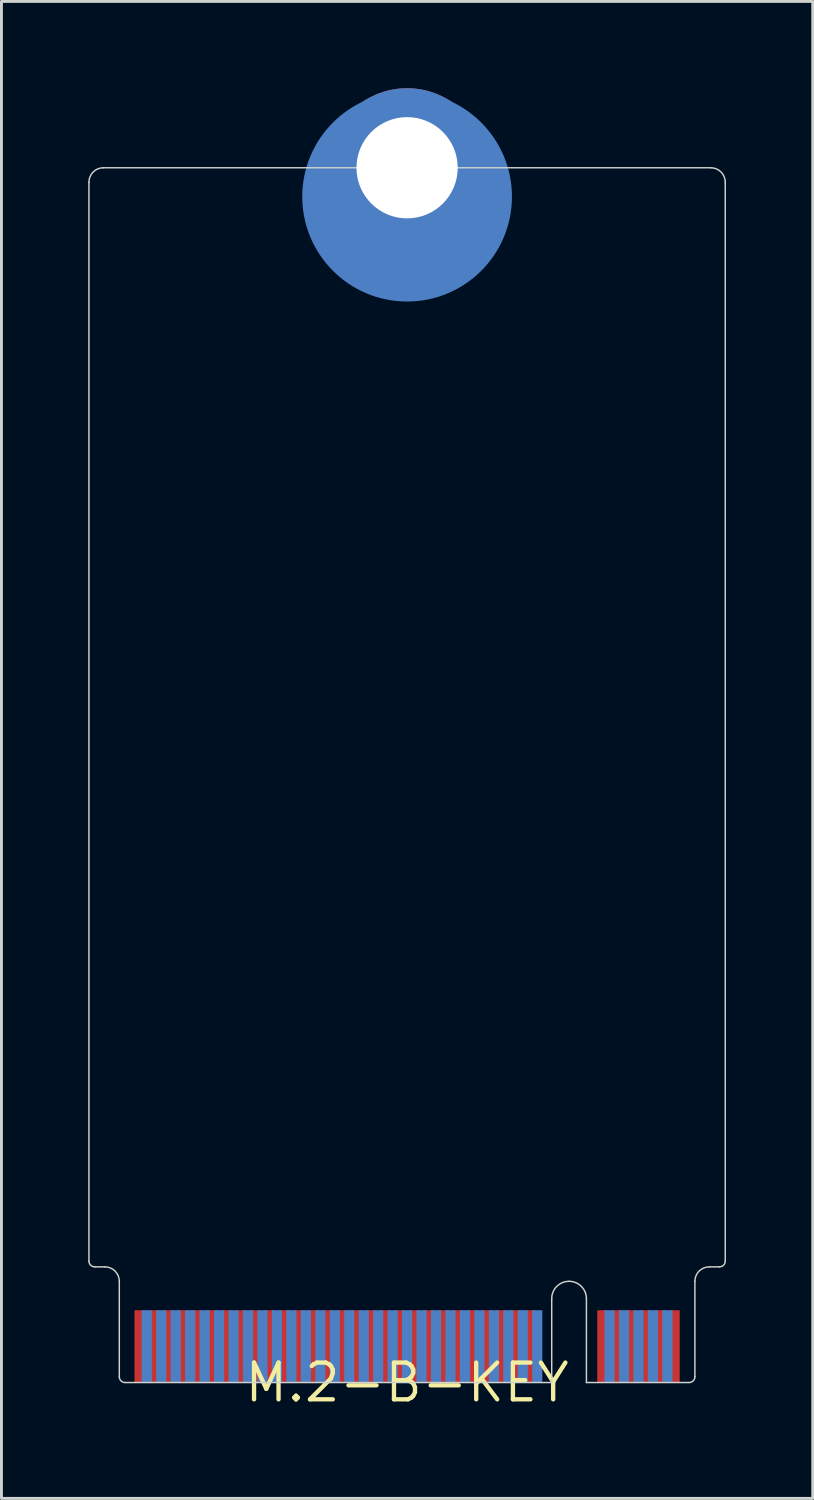
<source format=kicad_pcb>
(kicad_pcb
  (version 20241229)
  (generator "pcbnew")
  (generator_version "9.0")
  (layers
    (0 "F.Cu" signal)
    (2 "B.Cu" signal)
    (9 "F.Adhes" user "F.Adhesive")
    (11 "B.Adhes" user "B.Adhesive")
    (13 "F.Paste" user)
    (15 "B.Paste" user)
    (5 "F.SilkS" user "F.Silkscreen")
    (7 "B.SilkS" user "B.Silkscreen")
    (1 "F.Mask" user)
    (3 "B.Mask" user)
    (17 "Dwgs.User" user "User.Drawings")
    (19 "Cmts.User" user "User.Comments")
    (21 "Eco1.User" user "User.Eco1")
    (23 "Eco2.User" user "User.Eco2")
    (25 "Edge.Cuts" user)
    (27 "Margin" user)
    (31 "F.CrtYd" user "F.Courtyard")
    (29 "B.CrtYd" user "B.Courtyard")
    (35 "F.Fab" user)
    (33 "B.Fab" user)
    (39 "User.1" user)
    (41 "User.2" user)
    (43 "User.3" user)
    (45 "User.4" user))
  (footprint "M.2-B-KEY"
    (layer "F.Cu")
    (at 11.025 44.75)
    (property "Reference" "M.2-B-KEY" (at 0 0 0) (layer "F.SilkS") (effects (font (size 1.27 1.27) (thickness 0.15))))
    (attr through_hole)
    (fp_circle (center 0 -41) (end 3 -41) (stroke (width 1.25) (type solid)) (fill no) (layer "B.Cu"))
    (fp_poly (pts (xy -2.5 -38.5) (xy 2.5 -38.5) (xy 2.5 -43.5) (xy -2.5 -43.5)) (stroke (width 0) (type solid)) (fill yes) (layer "B.Cu"))
    (fp_line (start -11 -41.5) (end -11 -4.2) (stroke (width 0.05) (type solid)) (layer "Edge.Cuts"))
    (fp_line (start -10.8 -4) (end -10.45 -4) (stroke (width 0.05) (type solid)) (layer "Edge.Cuts"))
    (fp_line (start -9.95 -3.5) (end -9.95 -0.2) (stroke (width 0.05) (type solid)) (layer "Edge.Cuts"))
    (fp_line (start -9.75 0) (end 5 0) (stroke (width 0.05) (type solid)) (layer "Edge.Cuts"))
    (fp_line (start 5 -2.9) (end 5 0) (stroke (width 0.05) (type solid)) (layer "Edge.Cuts"))
    (fp_line (start 6.2 -2.9) (end 6.2 0) (stroke (width 0.05) (type solid)) (layer "Edge.Cuts"))
    (fp_line (start 6.2 0) (end 9.75 0) (stroke (width 0.05) (type solid)) (layer "Edge.Cuts"))
    (fp_line (start 9.95 -0.2) (end 9.95 -3.5) (stroke (width 0.05) (type solid)) (layer "Edge.Cuts"))
    (fp_line (start 10.45 -4) (end 10.8 -4) (stroke (width 0.05) (type solid)) (layer "Edge.Cuts"))
    (fp_line (start 10.5 -42) (end -10.5 -42) (stroke (width 0.05) (type solid)) (layer "Edge.Cuts"))
    (fp_line (start 11 -4.2) (end 11 -41.5) (stroke (width 0.05) (type solid)) (layer "Edge.Cuts"))
    (fp_arc (start -11 -41.5) (mid -10.853553 -41.853553) (end -10.5 -42) (stroke (width 0.05) (type solid)) (layer "Edge.Cuts"))
    (fp_arc (start -10.8 -4) (mid -10.941421 -4.058579) (end -11 -4.2) (stroke (width 0.05) (type solid)) (layer "Edge.Cuts"))
    (fp_arc (start -10.45 -4) (mid -10.096447 -3.853553) (end -9.95 -3.5) (stroke (width 0.05) (type solid)) (layer "Edge.Cuts"))
    (fp_arc (start -9.75 0) (mid -9.891421 -0.058579) (end -9.95 -0.2) (stroke (width 0.05) (type solid)) (layer "Edge.Cuts"))
    (fp_arc (start 5 -2.9) (mid 5.175736 -3.324264) (end 5.6 -3.5) (stroke (width 0.05) (type solid)) (layer "Edge.Cuts"))
    (fp_arc (start 5.6 -3.5) (mid 6.024264 -3.324264) (end 6.2 -2.9) (stroke (width 0.05) (type solid)) (layer "Edge.Cuts"))
    (fp_arc (start 9.95 -3.5) (mid 10.096447 -3.853553) (end 10.45 -4) (stroke (width 0.05) (type solid)) (layer "Edge.Cuts"))
    (fp_arc (start 9.95 -0.2) (mid 9.891421 -0.058579) (end 9.75 0) (stroke (width 0.05) (type solid)) (layer "Edge.Cuts"))
    (fp_arc (start 10.5 -42) (mid 10.853553 -41.853553) (end 11 -41.5) (stroke (width 0.05) (type solid)) (layer "Edge.Cuts"))
    (fp_arc (start 11 -4.2) (mid 10.941421 -4.058579) (end 10.8 -4) (stroke (width 0.05) (type solid)) (layer "Edge.Cuts"))
    (pad "MOUNTING-HOLE" thru_hole circle (at 0 -42) (size 5.5 5.5) (drill 3.5) (layers "*.Cu" "*.Mask"))
    (pad "P$1" smd rect (at 9.25 -1.25) (size 0.35 2.5) (layers "F.Cu" "F.Mask" "F.Paste"))
    (pad "P$2" smd rect (at 9 -1.25) (size 0.35 2.5) (layers "B.Cu" "B.Mask" "B.Paste"))
    (pad "P$3" smd rect (at 8.75 -1.25) (size 0.35 2.5) (layers "F.Cu" "F.Mask" "F.Paste"))
    (pad "P$4" smd rect (at 8.5 -1.25) (size 0.35 2.5) (layers "B.Cu" "B.Mask" "B.Paste"))
    (pad "P$5" smd rect (at 8.25 -1.25) (size 0.35 2.5) (layers "F.Cu" "F.Mask" "F.Paste"))
    (pad "P$6" smd rect (at 8 -1.25) (size 0.35 2.5) (layers "B.Cu" "B.Mask" "B.Paste"))
    (pad "P$7" smd rect (at 7.75 -1.25) (size 0.35 2.5) (layers "F.Cu" "F.Mask" "F.Paste"))
    (pad "P$8" smd rect (at 7.5 -1.25) (size 0.35 2.5) (layers "B.Cu" "B.Mask" "B.Paste"))
    (pad "P$9" smd rect (at 7.25 -1.25) (size 0.35 2.5) (layers "F.Cu" "F.Mask" "F.Paste"))
    (pad "P$10" smd rect (at 7 -1.25) (size 0.35 2.5) (layers "B.Cu" "B.Mask" "B.Paste"))
    (pad "P$11" smd rect (at 6.75 -1.25) (size 0.35 2.5) (layers "F.Cu" "F.Mask" "F.Paste"))
    (pad "P$20" smd rect (at 4.5 -1.25) (size 0.35 2.5) (layers "B.Cu" "B.Mask" "B.Paste"))
    (pad "P$21" smd rect (at 4.25 -1.25) (size 0.35 2.5) (layers "F.Cu" "F.Mask" "F.Paste"))
    (pad "P$22" smd rect (at 4 -1.25) (size 0.35 2.5) (layers "B.Cu" "B.Mask" "B.Paste"))
    (pad "P$23" smd rect (at 3.75 -1.25) (size 0.35 2.5) (layers "F.Cu" "F.Mask" "F.Paste"))
    (pad "P$24" smd rect (at 3.5 -1.25) (size 0.35 2.5) (layers "B.Cu" "B.Mask" "B.Paste"))
    (pad "P$25" smd rect (at 3.25 -1.25) (size 0.35 2.5) (layers "F.Cu" "F.Mask" "F.Paste"))
    (pad "P$26" smd rect (at 3 -1.25) (size 0.35 2.5) (layers "B.Cu" "B.Mask" "B.Paste"))
    (pad "P$27" smd rect (at 2.75 -1.25) (size 0.35 2.5) (layers "F.Cu" "F.Mask" "F.Paste"))
    (pad "P$28" smd rect (at 2.5 -1.25) (size 0.35 2.5) (layers "B.Cu" "B.Mask" "B.Paste"))
    (pad "P$29" smd rect (at 2.25 -1.25) (size 0.35 2.5) (layers "F.Cu" "F.Mask" "F.Paste"))
    (pad "P$30" smd rect (at 2 -1.25) (size 0.35 2.5) (layers "B.Cu" "B.Mask" "B.Paste"))
    (pad "P$31" smd rect (at 1.75 -1.25) (size 0.35 2.5) (layers "F.Cu" "F.Mask" "F.Paste"))
    (pad "P$32" smd rect (at 1.5 -1.25) (size 0.35 2.5) (layers "B.Cu" "B.Mask" "B.Paste"))
    (pad "P$33" smd rect (at 1.25 -1.25) (size 0.35 2.5) (layers "F.Cu" "F.Mask" "F.Paste"))
    (pad "P$34" smd rect (at 1 -1.25) (size 0.35 2.5) (layers "B.Cu" "B.Mask" "B.Paste"))
    (pad "P$35" smd rect (at 0.75 -1.25) (size 0.35 2.5) (layers "F.Cu" "F.Mask" "F.Paste"))
    (pad "P$36" smd rect (at 0.5 -1.25) (size 0.35 2.5) (layers "B.Cu" "B.Mask" "B.Paste"))
    (pad "P$37" smd rect (at 0.25 -1.25) (size 0.35 2.5) (layers "F.Cu" "F.Mask" "F.Paste"))
    (pad "P$38" smd rect (at 0 -1.25) (size 0.35 2.5) (layers "B.Cu" "B.Mask" "B.Paste"))
    (pad "P$39" smd rect (at -0.25 -1.25) (size 0.35 2.5) (layers "F.Cu" "F.Mask" "F.Paste"))
    (pad "P$40" smd rect (at -0.5 -1.25) (size 0.35 2.5) (layers "B.Cu" "B.Mask" "B.Paste"))
    (pad "P$41" smd rect (at -0.75 -1.25) (size 0.35 2.5) (layers "F.Cu" "F.Mask" "F.Paste"))
    (pad "P$42" smd rect (at -1 -1.25) (size 0.35 2.5) (layers "B.Cu" "B.Mask" "B.Paste"))
    (pad "P$43" smd rect (at -1.25 -1.25) (size 0.35 2.5) (layers "F.Cu" "F.Mask" "F.Paste"))
    (pad "P$44" smd rect (at -1.5 -1.25) (size 0.35 2.5) (layers "B.Cu" "B.Mask" "B.Paste"))
    (pad "P$45" smd rect (at -1.75 -1.25) (size 0.35 2.5) (layers "F.Cu" "F.Mask" "F.Paste"))
    (pad "P$46" smd rect (at -2 -1.25) (size 0.35 2.5) (layers "B.Cu" "B.Mask" "B.Paste"))
    (pad "P$47" smd rect (at -2.25 -1.25) (size 0.35 2.5) (layers "F.Cu" "F.Mask" "F.Paste"))
    (pad "P$48" smd rect (at -2.5 -1.25) (size 0.35 2.5) (layers "B.Cu" "B.Mask" "B.Paste"))
    (pad "P$49" smd rect (at -2.75 -1.25) (size 0.35 2.5) (layers "F.Cu" "F.Mask" "F.Paste"))
    (pad "P$50" smd rect (at -3 -1.25) (size 0.35 2.5) (layers "B.Cu" "B.Mask" "B.Paste"))
    (pad "P$51" smd rect (at -3.25 -1.25) (size 0.35 2.5) (layers "F.Cu" "F.Mask" "F.Paste"))
    (pad "P$52" smd rect (at -3.5 -1.25) (size 0.35 2.5) (layers "B.Cu" "B.Mask" "B.Paste"))
    (pad "P$53" smd rect (at -3.75 -1.25) (size 0.35 2.5) (layers "F.Cu" "F.Mask" "F.Paste"))
    (pad "P$54" smd rect (at -4 -1.25) (size 0.35 2.5) (layers "B.Cu" "B.Mask" "B.Paste"))
    (pad "P$55" smd rect (at -4.25 -1.25) (size 0.35 2.5) (layers "F.Cu" "F.Mask" "F.Paste"))
    (pad "P$56" smd rect (at -4.5 -1.25) (size 0.35 2.5) (layers "B.Cu" "B.Mask" "B.Paste"))
    (pad "P$57" smd rect (at -4.75 -1.25) (size 0.35 2.5) (layers "F.Cu" "F.Mask" "F.Paste"))
    (pad "P$58" smd rect (at -5 -1.25) (size 0.35 2.5) (layers "B.Cu" "B.Mask" "B.Paste"))
    (pad "P$59" smd rect (at -5.25 -1.25) (size 0.35 2.5) (layers "F.Cu" "F.Mask" "F.Paste"))
    (pad "P$60" smd rect (at -5.5 -1.25) (size 0.35 2.5) (layers "B.Cu" "B.Mask" "B.Paste"))
    (pad "P$61" smd rect (at -5.75 -1.25) (size 0.35 2.5) (layers "F.Cu" "F.Mask" "F.Paste"))
    (pad "P$62" smd rect (at -6 -1.25) (size 0.35 2.5) (layers "B.Cu" "B.Mask" "B.Paste"))
    (pad "P$63" smd rect (at -6.25 -1.25) (size 0.35 2.5) (layers "F.Cu" "F.Mask" "F.Paste"))
    (pad "P$64" smd rect (at -6.5 -1.25) (size 0.35 2.5) (layers "B.Cu" "B.Mask" "B.Paste"))
    (pad "P$65" smd rect (at -6.75 -1.25) (size 0.35 2.5) (layers "F.Cu" "F.Mask" "F.Paste"))
    (pad "P$66" smd rect (at -7 -1.25) (size 0.35 2.5) (layers "B.Cu" "B.Mask" "B.Paste"))
    (pad "P$67" smd rect (at -7.25 -1.25) (size 0.35 2.5) (layers "F.Cu" "F.Mask" "F.Paste"))
    (pad "P$68" smd rect (at -7.5 -1.25) (size 0.35 2.5) (layers "B.Cu" "B.Mask" "B.Paste"))
    (pad "P$69" smd rect (at -7.75 -1.25) (size 0.35 2.5) (layers "F.Cu" "F.Mask" "F.Paste"))
    (pad "P$70" smd rect (at -8 -1.25) (size 0.35 2.5) (layers "B.Cu" "B.Mask" "B.Paste"))
    (pad "P$71" smd rect (at -8.25 -1.25) (size 0.35 2.5) (layers "F.Cu" "F.Mask" "F.Paste"))
    (pad "P$72" smd rect (at -8.5 -1.25) (size 0.35 2.5) (layers "B.Cu" "B.Mask" "B.Paste"))
    (pad "P$73" smd rect (at -8.75 -1.25) (size 0.35 2.5) (layers "F.Cu" "F.Mask" "F.Paste"))
    (pad "P$74" smd rect (at -9 -1.25) (size 0.35 2.5) (layers "B.Cu" "B.Mask" "B.Paste"))
    (pad "P$75" smd rect (at -9.25 -1.25) (size 0.35 2.5) (layers "F.Cu" "F.Mask" "F.Paste")))
  (gr_rect
    (start -3 -3)
    (end 25.05 48.756)
    (stroke (width 0.1) (type default))
    (fill no)
    (layer "Edge.Cuts")))
</source>
